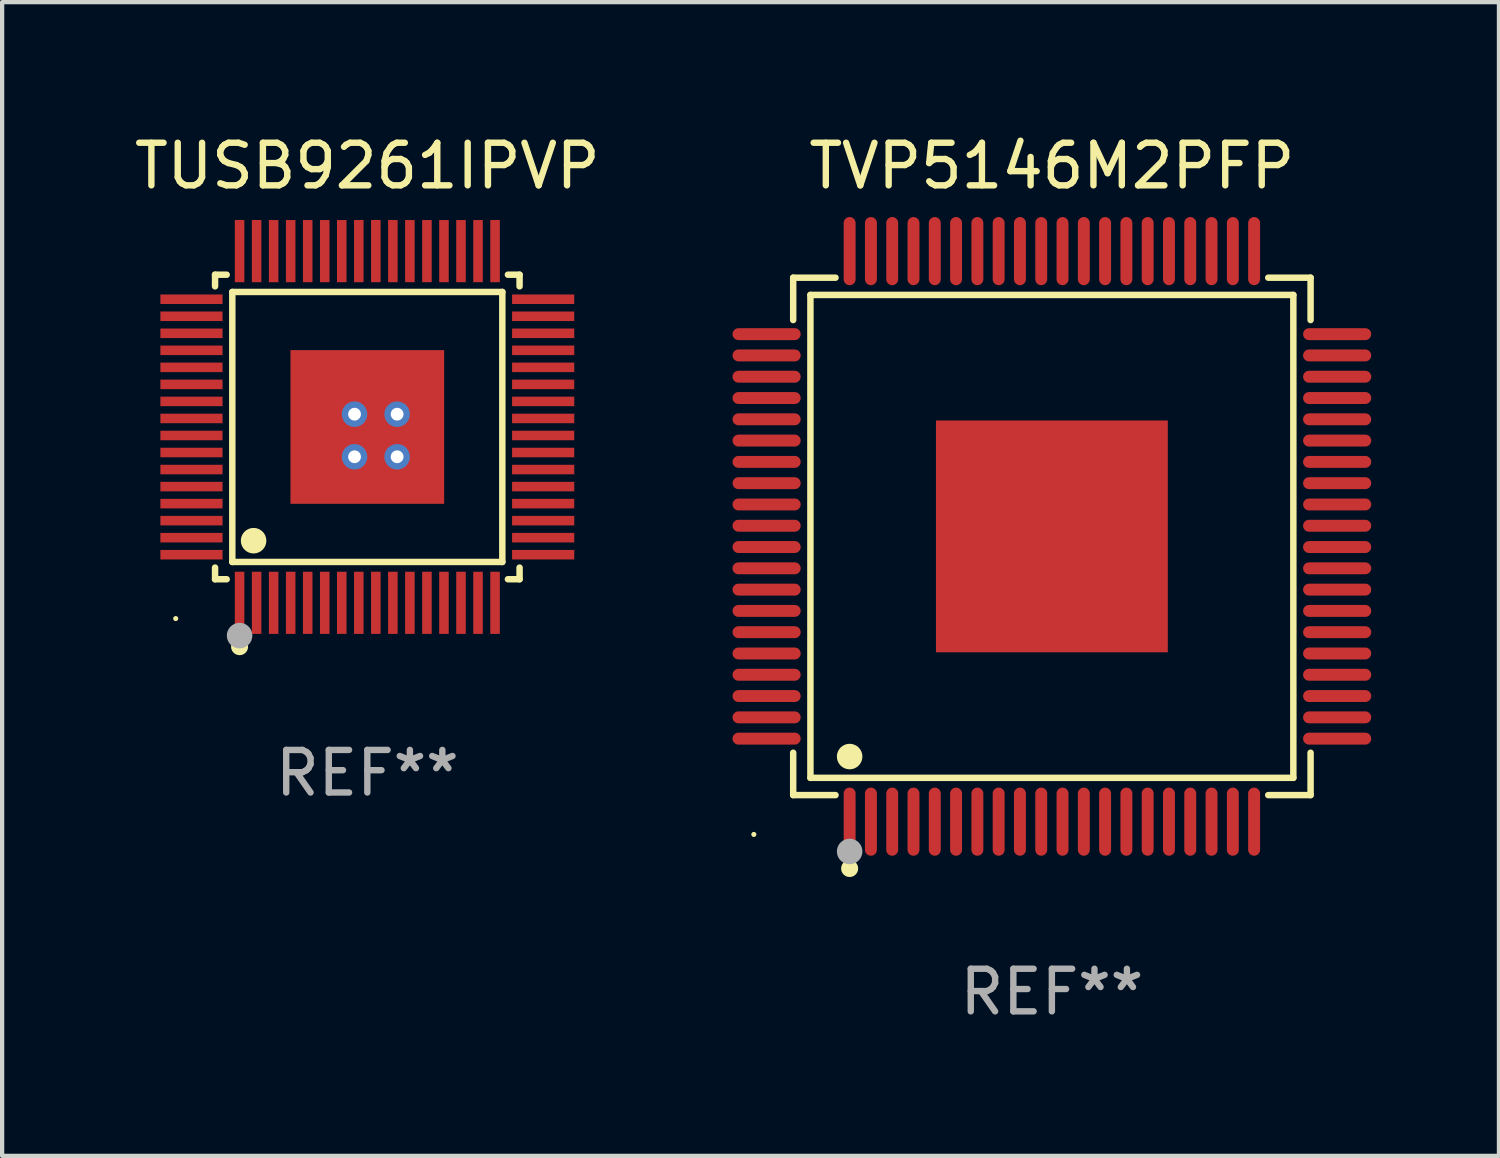
<source format=kicad_pcb>
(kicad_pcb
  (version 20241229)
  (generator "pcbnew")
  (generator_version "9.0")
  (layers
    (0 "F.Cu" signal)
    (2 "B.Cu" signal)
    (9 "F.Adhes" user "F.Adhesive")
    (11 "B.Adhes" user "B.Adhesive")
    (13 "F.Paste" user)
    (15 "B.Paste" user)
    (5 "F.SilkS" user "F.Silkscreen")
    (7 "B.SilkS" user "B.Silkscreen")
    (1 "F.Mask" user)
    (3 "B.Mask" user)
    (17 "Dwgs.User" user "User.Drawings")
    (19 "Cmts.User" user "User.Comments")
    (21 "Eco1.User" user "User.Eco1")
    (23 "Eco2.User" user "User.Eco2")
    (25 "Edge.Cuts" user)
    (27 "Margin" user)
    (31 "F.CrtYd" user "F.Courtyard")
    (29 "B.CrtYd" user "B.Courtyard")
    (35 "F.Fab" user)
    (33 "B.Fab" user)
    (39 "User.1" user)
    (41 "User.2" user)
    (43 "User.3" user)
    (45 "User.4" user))
  (footprint "TVP5146M2PFP"
    (layer "F.Cu")
    (at 21.655 9.548)
    (property "Reference" "TVP5146M2PFP" (at 0 -8.7 0) (layer "F.SilkS") (effects (font (size 1 1) (thickness 0.15))))
    (attr through_hole)
    (fp_line (start -6.076 -6.076) (end -5.081 -6.076) (stroke (width 0.152) (type solid)) (layer "F.SilkS"))
    (fp_line (start -6.076 -5.081) (end -6.076 -6.076) (stroke (width 0.152) (type solid)) (layer "F.SilkS"))
    (fp_line (start -6.076 5.081) (end -6.076 6.076) (stroke (width 0.152) (type solid)) (layer "F.SilkS"))
    (fp_line (start -6.076 6.076) (end -5.081 6.076) (stroke (width 0.152) (type solid)) (layer "F.SilkS"))
    (fp_line (start -5.671 -5.671) (end 5.671 -5.671) (stroke (width 0.152) (type solid)) (layer "F.SilkS"))
    (fp_line (start -5.671 5.671) (end -5.671 -5.671) (stroke (width 0.152) (type solid)) (layer "F.SilkS"))
    (fp_line (start 5.671 -5.671) (end 5.671 5.671) (stroke (width 0.152) (type solid)) (layer "F.SilkS"))
    (fp_line (start 5.671 5.671) (end -5.671 5.671) (stroke (width 0.152) (type solid)) (layer "F.SilkS"))
    (fp_line (start 6.076 -6.076) (end 5.081 -6.076) (stroke (width 0.152) (type solid)) (layer "F.SilkS"))
    (fp_line (start 6.076 -5.081) (end 6.076 -6.076) (stroke (width 0.152) (type solid)) (layer "F.SilkS"))
    (fp_line (start 6.076 5.081) (end 6.076 6.076) (stroke (width 0.152) (type solid)) (layer "F.SilkS"))
    (fp_line (start 6.076 6.076) (end 5.081 6.076) (stroke (width 0.152) (type solid)) (layer "F.SilkS"))
    (fp_circle (center -7 7) (end -6.97 7) (stroke (width 0.06) (type solid)) (fill no) (layer "F.SilkS"))
    (fp_circle (center -4.75 5.171) (end -4.6 5.171) (stroke (width 0.3) (type solid)) (fill no) (layer "F.SilkS"))
    (fp_circle (center -4.75 7.8) (end -4.65 7.8) (stroke (width 0.2) (type solid)) (fill no) (layer "F.SilkS"))
    (fp_circle (center -4.75 7.4) (end -4.6 7.4) (stroke (width 0.3) (type solid)) (fill no) (layer "F.Fab"))
    (fp_text user "REF**" (at 0 10.7 0) (layer "F.Fab") (effects (font (size 1 1) (thickness 0.15))))
    (pad "1" smd oval (at -4.75 6.7) (size 0.28 1.6) (layers "F.Cu" "F.Mask" "F.Paste"))
    (pad "2" smd oval (at -4.25 6.7) (size 0.28 1.6) (layers "F.Cu" "F.Mask" "F.Paste"))
    (pad "3" smd oval (at -3.75 6.7) (size 0.28 1.6) (layers "F.Cu" "F.Mask" "F.Paste"))
    (pad "4" smd oval (at -3.25 6.7) (size 0.28 1.6) (layers "F.Cu" "F.Mask" "F.Paste"))
    (pad "5" smd oval (at -2.75 6.7) (size 0.28 1.6) (layers "F.Cu" "F.Mask" "F.Paste"))
    (pad "6" smd oval (at -2.25 6.7) (size 0.28 1.6) (layers "F.Cu" "F.Mask" "F.Paste"))
    (pad "7" smd oval (at -1.75 6.7) (size 0.28 1.6) (layers "F.Cu" "F.Mask" "F.Paste"))
    (pad "8" smd oval (at -1.25 6.7) (size 0.28 1.6) (layers "F.Cu" "F.Mask" "F.Paste"))
    (pad "9" smd oval (at -0.75 6.7) (size 0.28 1.6) (layers "F.Cu" "F.Mask" "F.Paste"))
    (pad "10" smd oval (at -0.25 6.7) (size 0.28 1.6) (layers "F.Cu" "F.Mask" "F.Paste"))
    (pad "11" smd oval (at 0.25 6.7) (size 0.28 1.6) (layers "F.Cu" "F.Mask" "F.Paste"))
    (pad "12" smd oval (at 0.75 6.7) (size 0.28 1.6) (layers "F.Cu" "F.Mask" "F.Paste"))
    (pad "13" smd oval (at 1.25 6.7) (size 0.28 1.6) (layers "F.Cu" "F.Mask" "F.Paste"))
    (pad "14" smd oval (at 1.75 6.7) (size 0.28 1.6) (layers "F.Cu" "F.Mask" "F.Paste"))
    (pad "15" smd oval (at 2.25 6.7) (size 0.28 1.6) (layers "F.Cu" "F.Mask" "F.Paste"))
    (pad "16" smd oval (at 2.75 6.7) (size 0.28 1.6) (layers "F.Cu" "F.Mask" "F.Paste"))
    (pad "17" smd oval (at 3.25 6.7) (size 0.28 1.6) (layers "F.Cu" "F.Mask" "F.Paste"))
    (pad "18" smd oval (at 3.75 6.7) (size 0.28 1.6) (layers "F.Cu" "F.Mask" "F.Paste"))
    (pad "19" smd oval (at 4.25 6.7) (size 0.28 1.6) (layers "F.Cu" "F.Mask" "F.Paste"))
    (pad "20" smd oval (at 4.75 6.7) (size 0.28 1.6) (layers "F.Cu" "F.Mask" "F.Paste"))
    (pad "21" smd oval (at 6.7 4.75) (size 1.6 0.28) (layers "F.Cu" "F.Mask" "F.Paste"))
    (pad "22" smd oval (at 6.7 4.25) (size 1.6 0.28) (layers "F.Cu" "F.Mask" "F.Paste"))
    (pad "23" smd oval (at 6.7 3.75) (size 1.6 0.28) (layers "F.Cu" "F.Mask" "F.Paste"))
    (pad "24" smd oval (at 6.7 3.25) (size 1.6 0.28) (layers "F.Cu" "F.Mask" "F.Paste"))
    (pad "25" smd oval (at 6.7 2.75) (size 1.6 0.28) (layers "F.Cu" "F.Mask" "F.Paste"))
    (pad "26" smd oval (at 6.7 2.25) (size 1.6 0.28) (layers "F.Cu" "F.Mask" "F.Paste"))
    (pad "27" smd oval (at 6.7 1.75) (size 1.6 0.28) (layers "F.Cu" "F.Mask" "F.Paste"))
    (pad "28" smd oval (at 6.7 1.25) (size 1.6 0.28) (layers "F.Cu" "F.Mask" "F.Paste"))
    (pad "29" smd oval (at 6.7 0.75) (size 1.6 0.28) (layers "F.Cu" "F.Mask" "F.Paste"))
    (pad "30" smd oval (at 6.7 0.25) (size 1.6 0.28) (layers "F.Cu" "F.Mask" "F.Paste"))
    (pad "31" smd oval (at 6.7 -0.25) (size 1.6 0.28) (layers "F.Cu" "F.Mask" "F.Paste"))
    (pad "32" smd oval (at 6.7 -0.75) (size 1.6 0.28) (layers "F.Cu" "F.Mask" "F.Paste"))
    (pad "33" smd oval (at 6.7 -1.25) (size 1.6 0.28) (layers "F.Cu" "F.Mask" "F.Paste"))
    (pad "34" smd oval (at 6.7 -1.75) (size 1.6 0.28) (layers "F.Cu" "F.Mask" "F.Paste"))
    (pad "35" smd oval (at 6.7 -2.25) (size 1.6 0.28) (layers "F.Cu" "F.Mask" "F.Paste"))
    (pad "36" smd oval (at 6.7 -2.75) (size 1.6 0.28) (layers "F.Cu" "F.Mask" "F.Paste"))
    (pad "37" smd oval (at 6.7 -3.25) (size 1.6 0.28) (layers "F.Cu" "F.Mask" "F.Paste"))
    (pad "38" smd oval (at 6.7 -3.75) (size 1.6 0.28) (layers "F.Cu" "F.Mask" "F.Paste"))
    (pad "39" smd oval (at 6.7 -4.25) (size 1.6 0.28) (layers "F.Cu" "F.Mask" "F.Paste"))
    (pad "40" smd oval (at 6.7 -4.75) (size 1.6 0.28) (layers "F.Cu" "F.Mask" "F.Paste"))
    (pad "41" smd oval (at 4.75 -6.7) (size 0.28 1.6) (layers "F.Cu" "F.Mask" "F.Paste"))
    (pad "42" smd oval (at 4.25 -6.7) (size 0.28 1.6) (layers "F.Cu" "F.Mask" "F.Paste"))
    (pad "43" smd oval (at 3.75 -6.7) (size 0.28 1.6) (layers "F.Cu" "F.Mask" "F.Paste"))
    (pad "44" smd oval (at 3.25 -6.7) (size 0.28 1.6) (layers "F.Cu" "F.Mask" "F.Paste"))
    (pad "45" smd oval (at 2.75 -6.7) (size 0.28 1.6) (layers "F.Cu" "F.Mask" "F.Paste"))
    (pad "46" smd oval (at 2.25 -6.7) (size 0.28 1.6) (layers "F.Cu" "F.Mask" "F.Paste"))
    (pad "47" smd oval (at 1.75 -6.7) (size 0.28 1.6) (layers "F.Cu" "F.Mask" "F.Paste"))
    (pad "48" smd oval (at 1.25 -6.7) (size 0.28 1.6) (layers "F.Cu" "F.Mask" "F.Paste"))
    (pad "49" smd oval (at 0.75 -6.7) (size 0.28 1.6) (layers "F.Cu" "F.Mask" "F.Paste"))
    (pad "50" smd oval (at 0.25 -6.7) (size 0.28 1.6) (layers "F.Cu" "F.Mask" "F.Paste"))
    (pad "51" smd oval (at -0.25 -6.7) (size 0.28 1.6) (layers "F.Cu" "F.Mask" "F.Paste"))
    (pad "52" smd oval (at -0.75 -6.7) (size 0.28 1.6) (layers "F.Cu" "F.Mask" "F.Paste"))
    (pad "53" smd oval (at -1.25 -6.7) (size 0.28 1.6) (layers "F.Cu" "F.Mask" "F.Paste"))
    (pad "54" smd oval (at -1.75 -6.7) (size 0.28 1.6) (layers "F.Cu" "F.Mask" "F.Paste"))
    (pad "55" smd oval (at -2.25 -6.7) (size 0.28 1.6) (layers "F.Cu" "F.Mask" "F.Paste"))
    (pad "56" smd oval (at -2.75 -6.7) (size 0.28 1.6) (layers "F.Cu" "F.Mask" "F.Paste"))
    (pad "57" smd oval (at -3.25 -6.7) (size 0.28 1.6) (layers "F.Cu" "F.Mask" "F.Paste"))
    (pad "58" smd oval (at -3.75 -6.7) (size 0.28 1.6) (layers "F.Cu" "F.Mask" "F.Paste"))
    (pad "59" smd oval (at -4.25 -6.7) (size 0.28 1.6) (layers "F.Cu" "F.Mask" "F.Paste"))
    (pad "60" smd oval (at -4.75 -6.7) (size 0.28 1.6) (layers "F.Cu" "F.Mask" "F.Paste"))
    (pad "61" smd oval (at -6.7 -4.75) (size 1.6 0.28) (layers "F.Cu" "F.Mask" "F.Paste"))
    (pad "62" smd oval (at -6.7 -4.25) (size 1.6 0.28) (layers "F.Cu" "F.Mask" "F.Paste"))
    (pad "63" smd oval (at -6.7 -3.75) (size 1.6 0.28) (layers "F.Cu" "F.Mask" "F.Paste"))
    (pad "64" smd oval (at -6.7 -3.25) (size 1.6 0.28) (layers "F.Cu" "F.Mask" "F.Paste"))
    (pad "65" smd oval (at -6.7 -2.75) (size 1.6 0.28) (layers "F.Cu" "F.Mask" "F.Paste"))
    (pad "66" smd oval (at -6.7 -2.25) (size 1.6 0.28) (layers "F.Cu" "F.Mask" "F.Paste"))
    (pad "67" smd oval (at -6.7 -1.75) (size 1.6 0.28) (layers "F.Cu" "F.Mask" "F.Paste"))
    (pad "68" smd oval (at -6.7 -1.25) (size 1.6 0.28) (layers "F.Cu" "F.Mask" "F.Paste"))
    (pad "69" smd oval (at -6.7 -0.75) (size 1.6 0.28) (layers "F.Cu" "F.Mask" "F.Paste"))
    (pad "70" smd oval (at -6.7 -0.25) (size 1.6 0.28) (layers "F.Cu" "F.Mask" "F.Paste"))
    (pad "71" smd oval (at -6.7 0.25) (size 1.6 0.28) (layers "F.Cu" "F.Mask" "F.Paste"))
    (pad "72" smd oval (at -6.7 0.75) (size 1.6 0.28) (layers "F.Cu" "F.Mask" "F.Paste"))
    (pad "73" smd oval (at -6.7 1.25) (size 1.6 0.28) (layers "F.Cu" "F.Mask" "F.Paste"))
    (pad "74" smd oval (at -6.7 1.75) (size 1.6 0.28) (layers "F.Cu" "F.Mask" "F.Paste"))
    (pad "75" smd oval (at -6.7 2.25) (size 1.6 0.28) (layers "F.Cu" "F.Mask" "F.Paste"))
    (pad "76" smd oval (at -6.7 2.75) (size 1.6 0.28) (layers "F.Cu" "F.Mask" "F.Paste"))
    (pad "77" smd oval (at -6.7 3.25) (size 1.6 0.28) (layers "F.Cu" "F.Mask" "F.Paste"))
    (pad "78" smd oval (at -6.7 3.75) (size 1.6 0.28) (layers "F.Cu" "F.Mask" "F.Paste"))
    (pad "79" smd oval (at -6.7 4.25) (size 1.6 0.28) (layers "F.Cu" "F.Mask" "F.Paste"))
    (pad "80" smd oval (at -6.7 4.75) (size 1.6 0.28) (layers "F.Cu" "F.Mask" "F.Paste"))
    (pad "81" smd rect (at 0 0) (size 5.445 5.445) (layers "F.Cu" "F.Mask" "F.Paste")))
  (footprint "TUSB9261IPVP"
    (layer "F.Cu")
    (at 5.577 6.978)
    (property "Reference" "TUSB9261IPVP" (at 0 -6.13 0) (layer "F.SilkS") (effects (font (size 1 1) (thickness 0.15))))
    (attr through_hole)
    (fp_line (start -3.576 -3.576) (end -3.303 -3.576) (stroke (width 0.152) (type solid)) (layer "F.SilkS"))
    (fp_line (start -3.576 -3.303) (end -3.576 -3.576) (stroke (width 0.152) (type solid)) (layer "F.SilkS"))
    (fp_line (start -3.576 3.303) (end -3.576 3.576) (stroke (width 0.152) (type solid)) (layer "F.SilkS"))
    (fp_line (start -3.576 3.576) (end -3.303 3.576) (stroke (width 0.152) (type solid)) (layer "F.SilkS"))
    (fp_line (start -3.171 -3.171) (end 3.171 -3.171) (stroke (width 0.152) (type solid)) (layer "F.SilkS"))
    (fp_line (start -3.171 3.171) (end -3.171 -3.171) (stroke (width 0.152) (type solid)) (layer "F.SilkS"))
    (fp_line (start 3.171 -3.171) (end 3.171 3.171) (stroke (width 0.152) (type solid)) (layer "F.SilkS"))
    (fp_line (start 3.171 3.171) (end -3.171 3.171) (stroke (width 0.152) (type solid)) (layer "F.SilkS"))
    (fp_line (start 3.576 -3.576) (end 3.302 -3.576) (stroke (width 0.152) (type solid)) (layer "F.SilkS"))
    (fp_line (start 3.576 -3.303) (end 3.576 -3.576) (stroke (width 0.152) (type solid)) (layer "F.SilkS"))
    (fp_line (start 3.576 3.303) (end 3.576 3.576) (stroke (width 0.152) (type solid)) (layer "F.SilkS"))
    (fp_line (start 3.576 3.576) (end 3.302 3.576) (stroke (width 0.152) (type solid)) (layer "F.SilkS"))
    (fp_circle (center -4.5 4.5) (end -4.47 4.5) (stroke (width 0.06) (type solid)) (fill no) (layer "F.SilkS"))
    (fp_circle (center -3 5.16) (end -2.9 5.16) (stroke (width 0.2) (type solid)) (fill no) (layer "F.SilkS"))
    (fp_circle (center -2.671 2.671) (end -2.521 2.671) (stroke (width 0.3) (type solid)) (fill no) (layer "F.SilkS"))
    (fp_circle (center -3 4.9) (end -2.85 4.9) (stroke (width 0.3) (type solid)) (fill no) (layer "F.Fab"))
    (fp_text user "REF**" (at 0 8.13 0) (layer "F.Fab") (effects (font (size 1 1) (thickness 0.15))))
    (pad "1" smd rect (at -3 4.13 90) (size 1.46 0.224) (layers "F.Cu" "F.Mask" "F.Paste"))
    (pad "2" smd rect (at -2.6 4.13 90) (size 1.46 0.224) (layers "F.Cu" "F.Mask" "F.Paste"))
    (pad "3" smd rect (at -2.2 4.13 90) (size 1.46 0.224) (layers "F.Cu" "F.Mask" "F.Paste"))
    (pad "4" smd rect (at -1.8 4.13 90) (size 1.46 0.224) (layers "F.Cu" "F.Mask" "F.Paste"))
    (pad "5" smd rect (at -1.4 4.13 90) (size 1.46 0.224) (layers "F.Cu" "F.Mask" "F.Paste"))
    (pad "6" smd rect (at -1 4.13 90) (size 1.46 0.224) (layers "F.Cu" "F.Mask" "F.Paste"))
    (pad "7" smd rect (at -0.6 4.13 90) (size 1.46 0.224) (layers "F.Cu" "F.Mask" "F.Paste"))
    (pad "8" smd rect (at -0.2 4.13 90) (size 1.46 0.224) (layers "F.Cu" "F.Mask" "F.Paste"))
    (pad "9" smd rect (at 0.2 4.13 90) (size 1.46 0.224) (layers "F.Cu" "F.Mask" "F.Paste"))
    (pad "10" smd rect (at 0.6 4.13 90) (size 1.46 0.224) (layers "F.Cu" "F.Mask" "F.Paste"))
    (pad "11" smd rect (at 1 4.13 90) (size 1.46 0.224) (layers "F.Cu" "F.Mask" "F.Paste"))
    (pad "12" smd rect (at 1.4 4.13 90) (size 1.46 0.224) (layers "F.Cu" "F.Mask" "F.Paste"))
    (pad "13" smd rect (at 1.8 4.13 90) (size 1.46 0.224) (layers "F.Cu" "F.Mask" "F.Paste"))
    (pad "14" smd rect (at 2.2 4.13 90) (size 1.46 0.224) (layers "F.Cu" "F.Mask" "F.Paste"))
    (pad "15" smd rect (at 2.6 4.13 90) (size 1.46 0.224) (layers "F.Cu" "F.Mask" "F.Paste"))
    (pad "16" smd rect (at 3 4.13 90) (size 1.46 0.224) (layers "F.Cu" "F.Mask" "F.Paste"))
    (pad "17" smd rect (at 4.13 3 90) (size 0.224 1.46) (layers "F.Cu" "F.Mask" "F.Paste"))
    (pad "18" smd rect (at 4.13 2.6 90) (size 0.224 1.46) (layers "F.Cu" "F.Mask" "F.Paste"))
    (pad "19" smd rect (at 4.13 2.2 90) (size 0.224 1.46) (layers "F.Cu" "F.Mask" "F.Paste"))
    (pad "20" smd rect (at 4.13 1.8 90) (size 0.224 1.46) (layers "F.Cu" "F.Mask" "F.Paste"))
    (pad "21" smd rect (at 4.13 1.4 90) (size 0.224 1.46) (layers "F.Cu" "F.Mask" "F.Paste"))
    (pad "22" smd rect (at 4.13 1 90) (size 0.224 1.46) (layers "F.Cu" "F.Mask" "F.Paste"))
    (pad "23" smd rect (at 4.13 0.6 90) (size 0.224 1.46) (layers "F.Cu" "F.Mask" "F.Paste"))
    (pad "24" smd rect (at 4.13 0.2 90) (size 0.224 1.46) (layers "F.Cu" "F.Mask" "F.Paste"))
    (pad "25" smd rect (at 4.13 -0.2 90) (size 0.224 1.46) (layers "F.Cu" "F.Mask" "F.Paste"))
    (pad "26" smd rect (at 4.13 -0.6 90) (size 0.224 1.46) (layers "F.Cu" "F.Mask" "F.Paste"))
    (pad "27" smd rect (at 4.13 -1 90) (size 0.224 1.46) (layers "F.Cu" "F.Mask" "F.Paste"))
    (pad "28" smd rect (at 4.13 -1.4 90) (size 0.224 1.46) (layers "F.Cu" "F.Mask" "F.Paste"))
    (pad "29" smd rect (at 4.13 -1.8 90) (size 0.224 1.46) (layers "F.Cu" "F.Mask" "F.Paste"))
    (pad "30" smd rect (at 4.13 -2.2 90) (size 0.224 1.46) (layers "F.Cu" "F.Mask" "F.Paste"))
    (pad "31" smd rect (at 4.13 -2.6 90) (size 0.224 1.46) (layers "F.Cu" "F.Mask" "F.Paste"))
    (pad "32" smd rect (at 4.13 -3 90) (size 0.224 1.46) (layers "F.Cu" "F.Mask" "F.Paste"))
    (pad "33" smd rect (at 3 -4.13 90) (size 1.46 0.224) (layers "F.Cu" "F.Mask" "F.Paste"))
    (pad "34" smd rect (at 2.6 -4.13 90) (size 1.46 0.224) (layers "F.Cu" "F.Mask" "F.Paste"))
    (pad "35" smd rect (at 2.2 -4.13 90) (size 1.46 0.224) (layers "F.Cu" "F.Mask" "F.Paste"))
    (pad "36" smd rect (at 1.8 -4.13 90) (size 1.46 0.224) (layers "F.Cu" "F.Mask" "F.Paste"))
    (pad "37" smd rect (at 1.4 -4.13 90) (size 1.46 0.224) (layers "F.Cu" "F.Mask" "F.Paste"))
    (pad "38" smd rect (at 1 -4.13 90) (size 1.46 0.224) (layers "F.Cu" "F.Mask" "F.Paste"))
    (pad "39" smd rect (at 0.6 -4.13 90) (size 1.46 0.224) (layers "F.Cu" "F.Mask" "F.Paste"))
    (pad "40" smd rect (at 0.2 -4.13 90) (size 1.46 0.224) (layers "F.Cu" "F.Mask" "F.Paste"))
    (pad "41" smd rect (at -0.2 -4.13 90) (size 1.46 0.224) (layers "F.Cu" "F.Mask" "F.Paste"))
    (pad "42" smd rect (at -0.6 -4.13 90) (size 1.46 0.224) (layers "F.Cu" "F.Mask" "F.Paste"))
    (pad "43" smd rect (at -1 -4.13 90) (size 1.46 0.224) (layers "F.Cu" "F.Mask" "F.Paste"))
    (pad "44" smd rect (at -1.4 -4.13 90) (size 1.46 0.224) (layers "F.Cu" "F.Mask" "F.Paste"))
    (pad "45" smd rect (at -1.8 -4.13 90) (size 1.46 0.224) (layers "F.Cu" "F.Mask" "F.Paste"))
    (pad "46" smd rect (at -2.2 -4.13 90) (size 1.46 0.224) (layers "F.Cu" "F.Mask" "F.Paste"))
    (pad "47" smd rect (at -2.6 -4.13 90) (size 1.46 0.224) (layers "F.Cu" "F.Mask" "F.Paste"))
    (pad "48" smd rect (at -3 -4.13 90) (size 1.46 0.224) (layers "F.Cu" "F.Mask" "F.Paste"))
    (pad "49" smd rect (at -4.13 -3 90) (size 0.224 1.46) (layers "F.Cu" "F.Mask" "F.Paste"))
    (pad "50" smd rect (at -4.13 -2.6 90) (size 0.224 1.46) (layers "F.Cu" "F.Mask" "F.Paste"))
    (pad "51" smd rect (at -4.13 -2.2 90) (size 0.224 1.46) (layers "F.Cu" "F.Mask" "F.Paste"))
    (pad "52" smd rect (at -4.13 -1.8 90) (size 0.224 1.46) (layers "F.Cu" "F.Mask" "F.Paste"))
    (pad "53" smd rect (at -4.13 -1.4 90) (size 0.224 1.46) (layers "F.Cu" "F.Mask" "F.Paste"))
    (pad "54" smd rect (at -4.13 -1 90) (size 0.224 1.46) (layers "F.Cu" "F.Mask" "F.Paste"))
    (pad "55" smd rect (at -4.13 -0.6 90) (size 0.224 1.46) (layers "F.Cu" "F.Mask" "F.Paste"))
    (pad "56" smd rect (at -4.13 -0.2 90) (size 0.224 1.46) (layers "F.Cu" "F.Mask" "F.Paste"))
    (pad "57" smd rect (at -4.13 0.2 90) (size 0.224 1.46) (layers "F.Cu" "F.Mask" "F.Paste"))
    (pad "58" smd rect (at -4.13 0.6 90) (size 0.224 1.46) (layers "F.Cu" "F.Mask" "F.Paste"))
    (pad "59" smd rect (at -4.13 1 90) (size 0.224 1.46) (layers "F.Cu" "F.Mask" "F.Paste"))
    (pad "60" smd rect (at -4.13 1.4 90) (size 0.224 1.46) (layers "F.Cu" "F.Mask" "F.Paste"))
    (pad "61" smd rect (at -4.13 1.8 90) (size 0.224 1.46) (layers "F.Cu" "F.Mask" "F.Paste"))
    (pad "62" smd rect (at -4.13 2.2 90) (size 0.224 1.46) (layers "F.Cu" "F.Mask" "F.Paste"))
    (pad "63" smd rect (at -4.13 2.6 90) (size 0.224 1.46) (layers "F.Cu" "F.Mask" "F.Paste"))
    (pad "64" smd rect (at -4.13 3 90) (size 0.224 1.46) (layers "F.Cu" "F.Mask" "F.Paste"))
    (pad "65" thru_hole circle (at -0.3 -0.3) (size 0.6 0.6) (drill 0.3) (layers "*.Cu" "*.Mask"))
    (pad "65" thru_hole circle (at -0.3 0.7) (size 0.6 0.6) (drill 0.3) (layers "*.Cu" "*.Mask"))
    (pad "65" smd rect (at 0 0 90) (size 3.61 3.61) (layers "F.Cu" "F.Mask" "F.Paste"))
    (pad "65" thru_hole circle (at 0.7 -0.3) (size 0.6 0.6) (drill 0.3) (layers "*.Cu" "*.Mask"))
    (pad "65" thru_hole circle (at 0.7 0.7) (size 0.6 0.6) (drill 0.3) (layers "*.Cu" "*.Mask")))
  (gr_rect
    (start -3 -3)
    (end 32.155 24.097)
    (stroke (width 0.1) (type default))
    (fill no)
    (layer "Edge.Cuts")))
</source>
